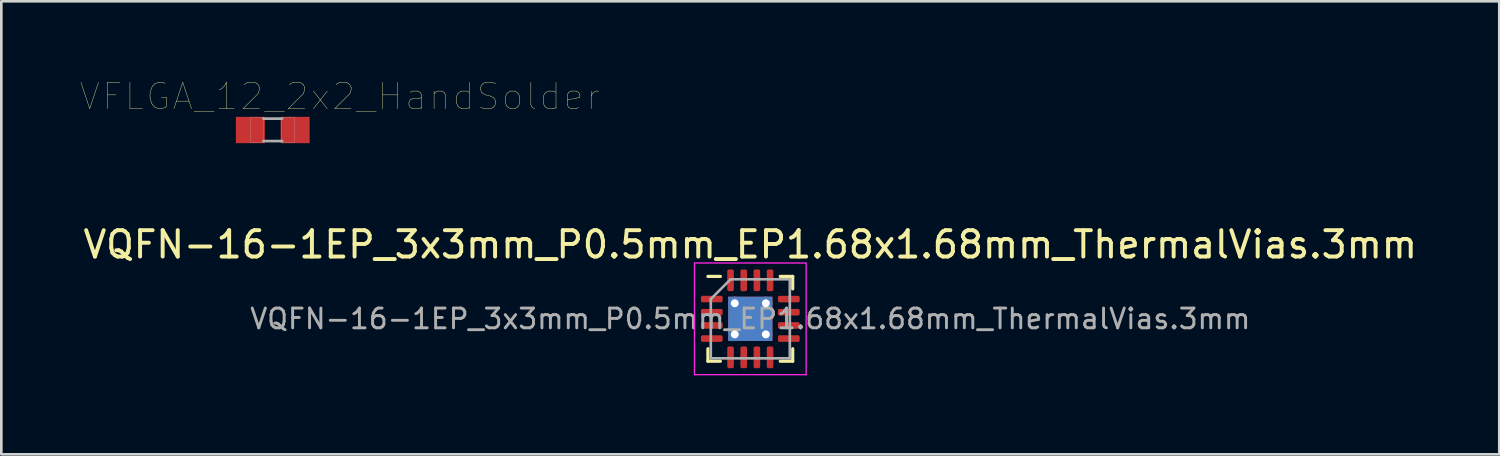
<source format=kicad_pcb>
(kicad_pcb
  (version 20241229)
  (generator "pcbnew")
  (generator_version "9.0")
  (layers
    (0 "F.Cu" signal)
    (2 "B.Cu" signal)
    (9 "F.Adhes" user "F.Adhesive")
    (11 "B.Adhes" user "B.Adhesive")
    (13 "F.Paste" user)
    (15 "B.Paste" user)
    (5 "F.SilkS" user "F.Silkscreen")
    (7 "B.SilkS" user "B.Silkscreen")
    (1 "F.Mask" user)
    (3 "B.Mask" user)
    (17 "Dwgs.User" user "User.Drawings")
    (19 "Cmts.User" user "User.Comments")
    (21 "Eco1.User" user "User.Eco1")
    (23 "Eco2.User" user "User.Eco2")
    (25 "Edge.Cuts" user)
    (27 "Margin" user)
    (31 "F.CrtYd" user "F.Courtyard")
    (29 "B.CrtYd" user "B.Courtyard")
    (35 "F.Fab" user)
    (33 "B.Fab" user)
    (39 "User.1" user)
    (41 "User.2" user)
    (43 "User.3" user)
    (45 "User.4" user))
  (footprint "VQFN-16-1EP_3x3mm_P0.5mm_EP1.68x1.68mm_ThermalVias.3mm"
    (layer "F.Cu")
    (at 25.435 9.054)
    (property "Reference" "VQFN-16-1EP_3x3mm_P0.5mm_EP1.68x1.68mm_ThermalVias.3mm" (at 0 -2.82 0) (layer "F.SilkS") (effects (font (size 1 1) (thickness 0.15))))
    (attr smd)
    (fp_line (start -1.61 1.61) (end -1.61 1.135) (stroke (width 0.12) (type solid)) (layer "F.SilkS"))
    (fp_line (start -1.135 -1.61) (end -1.61 -1.61) (stroke (width 0.12) (type solid)) (layer "F.SilkS"))
    (fp_line (start -1.135 1.61) (end -1.61 1.61) (stroke (width 0.12) (type solid)) (layer "F.SilkS"))
    (fp_line (start 1.135 -1.61) (end 1.61 -1.61) (stroke (width 0.12) (type solid)) (layer "F.SilkS"))
    (fp_line (start 1.135 1.61) (end 1.61 1.61) (stroke (width 0.12) (type solid)) (layer "F.SilkS"))
    (fp_line (start 1.61 -1.61) (end 1.61 -1.135) (stroke (width 0.12) (type solid)) (layer "F.SilkS"))
    (fp_line (start 1.61 1.61) (end 1.61 1.135) (stroke (width 0.12) (type solid)) (layer "F.SilkS"))
    (fp_line (start -2.12 -2.12) (end -2.12 2.12) (stroke (width 0.05) (type solid)) (layer "F.CrtYd"))
    (fp_line (start -2.12 2.12) (end 2.12 2.12) (stroke (width 0.05) (type solid)) (layer "F.CrtYd"))
    (fp_line (start 2.12 -2.12) (end -2.12 -2.12) (stroke (width 0.05) (type solid)) (layer "F.CrtYd"))
    (fp_line (start 2.12 2.12) (end 2.12 -2.12) (stroke (width 0.05) (type solid)) (layer "F.CrtYd"))
    (fp_line (start -1.5 -0.75) (end -0.75 -1.5) (stroke (width 0.1) (type solid)) (layer "F.Fab"))
    (fp_line (start -1.5 1.5) (end -1.5 -0.75) (stroke (width 0.1) (type solid)) (layer "F.Fab"))
    (fp_line (start -0.75 -1.5) (end 1.5 -1.5) (stroke (width 0.1) (type solid)) (layer "F.Fab"))
    (fp_line (start 1.5 -1.5) (end 1.5 1.5) (stroke (width 0.1) (type solid)) (layer "F.Fab"))
    (fp_line (start 1.5 1.5) (end -1.5 1.5) (stroke (width 0.1) (type solid)) (layer "F.Fab"))
    (fp_text user "${REFERENCE}" (at 0 0 0) (layer "F.Fab") (effects (font (size 0.75 0.75) (thickness 0.11))))
    (pad "" smd roundrect (at -0.42 -0.42) (size 0.73 0.73) (layers "F.Paste") (roundrect_rratio 0.25))
    (pad "" smd roundrect (at -0.42 0.42) (size 0.73 0.73) (layers "F.Paste") (roundrect_rratio 0.25))
    (pad "" smd roundrect (at 0.42 -0.42) (size 0.73 0.73) (layers "F.Paste") (roundrect_rratio 0.25))
    (pad "" smd roundrect (at 0.42 0.42) (size 0.73 0.73) (layers "F.Paste") (roundrect_rratio 0.25))
    (pad "1" smd roundrect (at -1.462 -0.75) (size 0.825 0.25) (layers "F.Cu" "F.Mask" "F.Paste") (roundrect_rratio 0.25))
    (pad "2" smd roundrect (at -1.462 -0.25) (size 0.825 0.25) (layers "F.Cu" "F.Mask" "F.Paste") (roundrect_rratio 0.25))
    (pad "3" smd roundrect (at -1.462 0.25) (size 0.825 0.25) (layers "F.Cu" "F.Mask" "F.Paste") (roundrect_rratio 0.25))
    (pad "4" smd roundrect (at -1.462 0.75) (size 0.825 0.25) (layers "F.Cu" "F.Mask" "F.Paste") (roundrect_rratio 0.25))
    (pad "5" smd roundrect (at -0.75 1.462) (size 0.25 0.825) (layers "F.Cu" "F.Mask" "F.Paste") (roundrect_rratio 0.25))
    (pad "6" smd roundrect (at -0.25 1.462) (size 0.25 0.825) (layers "F.Cu" "F.Mask" "F.Paste") (roundrect_rratio 0.25))
    (pad "7" smd roundrect (at 0.25 1.462) (size 0.25 0.825) (layers "F.Cu" "F.Mask" "F.Paste") (roundrect_rratio 0.25))
    (pad "8" smd roundrect (at 0.75 1.462) (size 0.25 0.825) (layers "F.Cu" "F.Mask" "F.Paste") (roundrect_rratio 0.25))
    (pad "9" smd roundrect (at 1.462 0.75) (size 0.825 0.25) (layers "F.Cu" "F.Mask" "F.Paste") (roundrect_rratio 0.25))
    (pad "10" smd roundrect (at 1.462 0.25) (size 0.825 0.25) (layers "F.Cu" "F.Mask" "F.Paste") (roundrect_rratio 0.25))
    (pad "11" smd roundrect (at 1.462 -0.25) (size 0.825 0.25) (layers "F.Cu" "F.Mask" "F.Paste") (roundrect_rratio 0.25))
    (pad "12" smd roundrect (at 1.462 -0.75) (size 0.825 0.25) (layers "F.Cu" "F.Mask" "F.Paste") (roundrect_rratio 0.25))
    (pad "13" smd roundrect (at 0.75 -1.462) (size 0.25 0.825) (layers "F.Cu" "F.Mask" "F.Paste") (roundrect_rratio 0.25))
    (pad "14" smd roundrect (at 0.25 -1.462) (size 0.25 0.825) (layers "F.Cu" "F.Mask" "F.Paste") (roundrect_rratio 0.25))
    (pad "15" smd roundrect (at -0.25 -1.462) (size 0.25 0.825) (layers "F.Cu" "F.Mask" "F.Paste") (roundrect_rratio 0.25))
    (pad "16" smd roundrect (at -0.75 -1.462) (size 0.25 0.825) (layers "F.Cu" "F.Mask" "F.Paste") (roundrect_rratio 0.25))
    (pad "17" thru_hole circle (at -0.59 -0.59) (size 0.5 0.5) (drill 0.3) (layers "*.Cu"))
    (pad "17" thru_hole circle (at -0.59 0.59) (size 0.5 0.5) (drill 0.3) (layers "*.Cu"))
    (pad "17" smd rect (at 0 0) (size 1.68 1.68) (layers "F.Cu" "F.Mask"))
    (pad "17" smd rect (at 0 0) (size 1.68 1.68) (layers "B.Cu"))
    (pad "17" thru_hole circle (at 0.59 -0.59) (size 0.5 0.5) (drill 0.3) (layers "*.Cu"))
    (pad "17" thru_hole circle (at 0.59 0.59) (size 0.5 0.5) (drill 0.3) (layers "*.Cu")))
  (footprint "VFLGA_12_2x2_HandSolder"
    (layer "F.Cu")
    (at 7.305 1.886)
    (property "Reference" "VFLGA_12_2x2_HandSolder" (at 2.546 -1.273 0) (layer "F.SilkS") (effects (font (size 1.002 1.002) (thickness 0.015))))
    (attr through_hole)
    (fp_line (start -0.356 -0.432) (end 0.356 -0.432) (stroke (width 0.102) (type solid)) (layer "F.Fab"))
    (fp_line (start -0.356 0.419) (end 0.356 0.419) (stroke (width 0.102) (type solid)) (layer "F.Fab"))
    (fp_poly (pts (xy -0.84 -0.48) (xy -0.338 -0.48) (xy -0.338 0.471) (xy -0.84 0.471)) (stroke (width 0.01) (type solid)) (fill no) (layer "F.Fab"))
    (fp_poly (pts (xy 0.331 -0.48) (xy 0.83 -0.48) (xy 0.83 0.471) (xy 0.331 0.471)) (stroke (width 0.01) (type solid)) (fill no) (layer "F.Fab"))
    (pad "1" smd rect (at -0.85 0) (size 1.1 1) (layers "F.Cu" "F.Mask" "F.Paste"))
    (pad "2" smd rect (at 0.85 0) (size 1.1 1) (layers "F.Cu" "F.Mask" "F.Paste")))
  (gr_rect
    (start -3 -3)
    (end 53.869 14.199)
    (stroke (width 0.1) (type default))
    (fill no)
    (layer "Edge.Cuts")))
</source>
